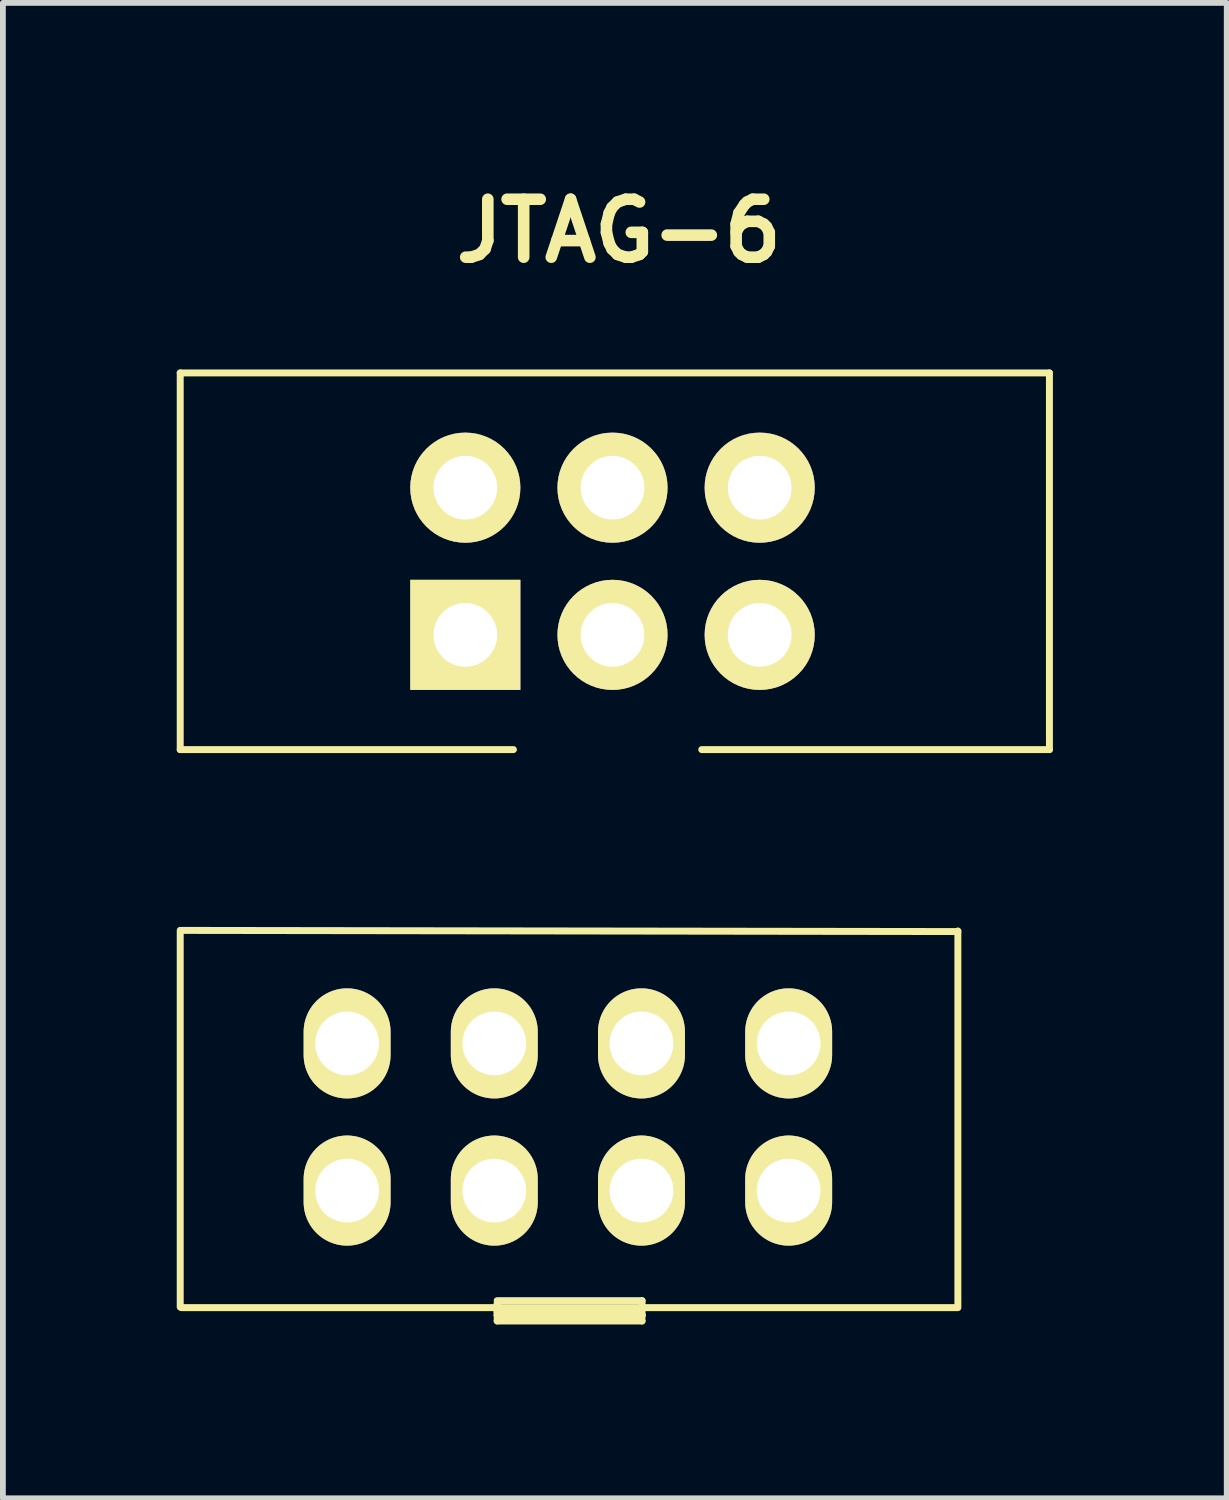
<source format=kicad_pcb>
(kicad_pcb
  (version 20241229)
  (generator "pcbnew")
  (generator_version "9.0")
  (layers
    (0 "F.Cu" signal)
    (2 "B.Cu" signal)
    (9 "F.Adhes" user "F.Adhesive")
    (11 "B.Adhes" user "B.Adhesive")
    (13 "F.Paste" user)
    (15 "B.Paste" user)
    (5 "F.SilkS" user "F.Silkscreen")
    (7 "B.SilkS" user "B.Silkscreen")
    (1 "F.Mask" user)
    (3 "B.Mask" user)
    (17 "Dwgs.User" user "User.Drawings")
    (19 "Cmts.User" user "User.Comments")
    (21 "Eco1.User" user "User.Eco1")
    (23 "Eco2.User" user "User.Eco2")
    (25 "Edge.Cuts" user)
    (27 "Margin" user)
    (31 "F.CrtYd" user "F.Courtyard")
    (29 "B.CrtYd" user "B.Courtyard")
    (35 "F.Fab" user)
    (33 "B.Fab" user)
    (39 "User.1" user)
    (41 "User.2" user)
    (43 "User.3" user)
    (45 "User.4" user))
  (footprint "JTAG-6"
    (layer "F.Cu")
    (at 10.06 6.636)
    (property "Reference" "JTAG-6" (at -2.43 -5.7 0) (layer "F.SilkS") (effects (font (size 1 1) (thickness 0.2))))
    (attr through_hole)
    (fp_line (start -10 -3.25) (end -10 3.25) (stroke (width 0.12) (type solid)) (layer "F.SilkS"))
    (fp_line (start -10 3.25) (end -4.25 3.25) (stroke (width 0.12) (type solid)) (layer "F.SilkS"))
    (fp_line (start -1 3.25) (end 5 3.25) (stroke (width 0.12) (type solid)) (layer "F.SilkS"))
    (fp_line (start 5 -3.25) (end -10 -3.25) (stroke (width 0.12) (type solid)) (layer "F.SilkS"))
    (fp_line (start 5 3.25) (end 5 -3.25) (stroke (width 0.12) (type solid)) (layer "F.SilkS"))
    (pad "1" thru_hole rect (at -5.08 1.27) (size 1.9 1.9) (drill 1.1) (layers "*.Cu" "*.Mask" "F.SilkS"))
    (pad "2" thru_hole circle (at -5.08 -1.27) (size 1.9 1.9) (drill 1.1) (layers "*.Cu" "*.Mask" "F.SilkS"))
    (pad "3" thru_hole circle (at -2.54 1.27) (size 1.9 1.9) (drill 1.1) (layers "*.Cu" "*.Mask" "F.SilkS"))
    (pad "4" thru_hole circle (at -2.54 -1.27) (size 1.9 1.9) (drill 1.1) (layers "*.Cu" "*.Mask" "F.SilkS"))
    (pad "5" thru_hole circle (at 0 1.27) (size 1.9 1.9) (drill 1.1) (layers "*.Cu" "*.Mask" "F.SilkS"))
    (pad "6" thru_hole circle (at 0 -1.27) (size 1.9 1.9) (drill 1.1) (layers "*.Cu" "*.Mask" "F.SilkS")))
  (footprint "JTAG-8"
    (layer "F.Cu")
    (at 9.28 16.246)
    (property "Reference" "JTAG-8" (at -6.358 1.229 0) (layer "F.SilkS") (effects (font (size 0.127 0.127) (thickness 0.032))))
    (attr through_hole)
    (fp_line (start -9.22 -3.24) (end -9.22 3.26) (stroke (width 0.12) (type solid)) (layer "F.SilkS"))
    (fp_line (start -9.21 -3.24) (end 4.2 -3.22) (stroke (width 0.12) (type solid)) (layer "F.SilkS"))
    (fp_line (start -3.75 3.15) (end -1.25 3.15) (stroke (width 0.12) (type solid)) (layer "F.SilkS"))
    (fp_line (start -3.75 3.2) (end -3.75 3.35) (stroke (width 0.12) (type solid)) (layer "F.SilkS"))
    (fp_line (start -3.75 3.35) (end -1.35 3.35) (stroke (width 0.12) (type solid)) (layer "F.SilkS"))
    (fp_line (start -3.75 3.4) (end -3.75 3.2) (stroke (width 0.12) (type solid)) (layer "F.SilkS"))
    (fp_line (start -3.75 3.4) (end -1.25 3.4) (stroke (width 0.12) (type solid)) (layer "F.SilkS"))
    (fp_line (start -3.75 3.5) (end -3.75 3.4) (stroke (width 0.12) (type solid)) (layer "F.SilkS"))
    (fp_line (start -1.35 3.35) (end -1.25 3.5) (stroke (width 0.12) (type solid)) (layer "F.SilkS"))
    (fp_line (start -1.25 3.15) (end -1.25 3.4) (stroke (width 0.12) (type solid)) (layer "F.SilkS"))
    (fp_line (start -1.25 3.4) (end -3.75 3.4) (stroke (width 0.12) (type solid)) (layer "F.SilkS"))
    (fp_line (start -1.25 3.4) (end -1.25 3.45) (stroke (width 0.12) (type solid)) (layer "F.SilkS"))
    (fp_line (start -1.25 3.5) (end -3.75 3.5) (stroke (width 0.12) (type solid)) (layer "F.SilkS"))
    (fp_line (start 4.18 3.27) (end -9.2 3.27) (stroke (width 0.12) (type solid)) (layer "F.SilkS"))
    (fp_line (start 4.2 3.27) (end 4.2 -3.23) (stroke (width 0.12) (type solid)) (layer "F.SilkS"))
    (pad "1" thru_hole oval (at -6.34 1.25) (size 1.5 1.9) (drill 1.1) (layers "*.Cu" "*.Mask" "F.SilkS"))
    (pad "2" thru_hole oval (at -6.34 -1.29) (size 1.5 1.9) (drill 1.1) (layers "*.Cu" "*.Mask" "F.SilkS"))
    (pad "3" thru_hole oval (at -3.8 1.25) (size 1.5 1.9) (drill 1.1) (layers "*.Cu" "*.Mask" "F.SilkS"))
    (pad "4" thru_hole oval (at -3.8 -1.29) (size 1.5 1.9) (drill 1.1) (layers "*.Cu" "*.Mask" "F.SilkS"))
    (pad "5" thru_hole oval (at -1.26 1.25) (size 1.5 1.9) (drill 1.1) (layers "*.Cu" "*.Mask" "F.SilkS"))
    (pad "6" thru_hole oval (at -1.26 -1.29) (size 1.5 1.9) (drill 1.1) (layers "*.Cu" "*.Mask" "F.SilkS"))
    (pad "7" thru_hole oval (at 1.28 1.25) (size 1.5 1.9) (drill 1.1) (layers "*.Cu" "*.Mask" "F.SilkS"))
    (pad "8" thru_hole oval (at 1.28 -1.29) (size 1.5 1.9) (drill 1.1) (layers "*.Cu" "*.Mask" "F.SilkS")))
  (gr_rect
    (start -3 -3)
    (end 18.12 22.806)
    (stroke (width 0.1) (type default))
    (fill no)
    (layer "Edge.Cuts")))
</source>
